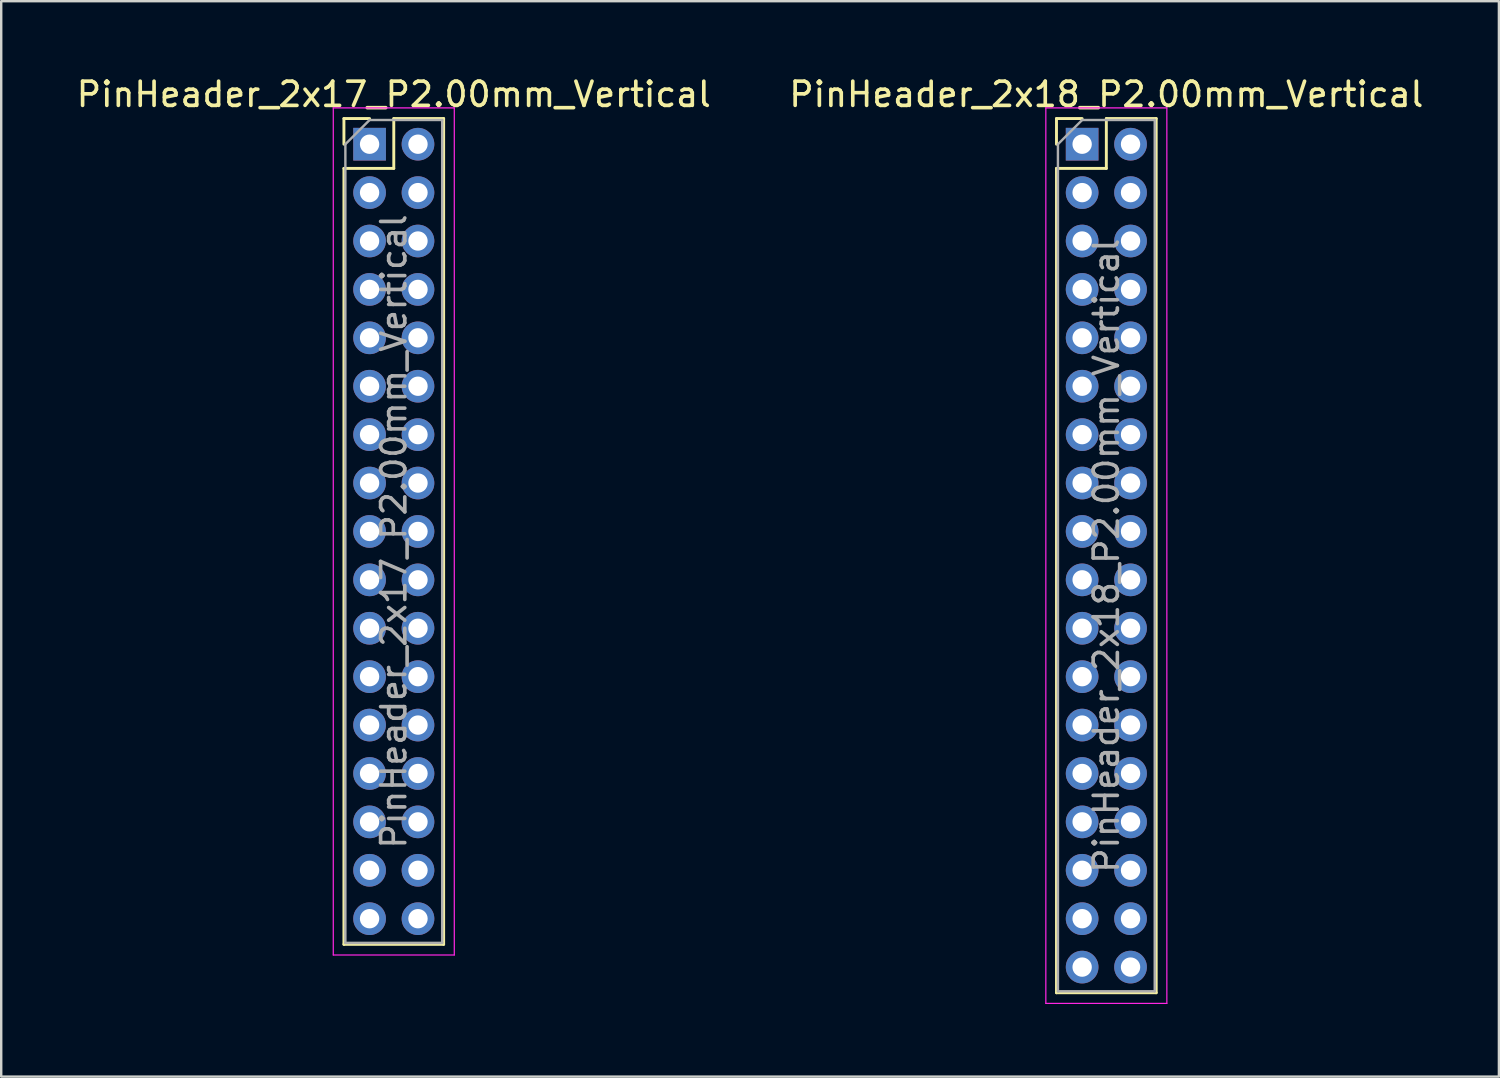
<source format=kicad_pcb>
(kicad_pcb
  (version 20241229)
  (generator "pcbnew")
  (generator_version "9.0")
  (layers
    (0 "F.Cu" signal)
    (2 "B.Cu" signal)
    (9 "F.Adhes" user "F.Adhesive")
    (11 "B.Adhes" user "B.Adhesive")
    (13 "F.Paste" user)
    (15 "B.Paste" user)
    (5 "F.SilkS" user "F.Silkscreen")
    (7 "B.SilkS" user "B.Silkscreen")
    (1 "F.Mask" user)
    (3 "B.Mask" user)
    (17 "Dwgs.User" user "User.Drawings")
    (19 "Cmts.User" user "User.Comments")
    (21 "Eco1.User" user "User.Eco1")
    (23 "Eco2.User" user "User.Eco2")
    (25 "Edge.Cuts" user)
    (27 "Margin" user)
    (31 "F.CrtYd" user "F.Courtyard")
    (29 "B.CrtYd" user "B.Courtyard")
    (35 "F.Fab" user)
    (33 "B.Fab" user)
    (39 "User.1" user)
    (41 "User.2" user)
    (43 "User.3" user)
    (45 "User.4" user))
  (footprint "PinHeader_2x17_P2.00mm_Vertical"
    (layer "F.Cu")
    (at 12.22 2.908)
    (property "Reference" "PinHeader_2x17_P2.00mm_Vertical" (at 1 -2.06 0) (layer "F.SilkS") (effects (font (size 1 1) (thickness 0.15))))
    (attr through_hole)
    (fp_line (start -1.06 -1.06) (end 0 -1.06) (stroke (width 0.12) (type solid)) (layer "F.SilkS"))
    (fp_line (start -1.06 0) (end -1.06 -1.06) (stroke (width 0.12) (type solid)) (layer "F.SilkS"))
    (fp_line (start -1.06 1) (end -1.06 33.06) (stroke (width 0.12) (type solid)) (layer "F.SilkS"))
    (fp_line (start -1.06 1) (end 1 1) (stroke (width 0.12) (type solid)) (layer "F.SilkS"))
    (fp_line (start -1.06 33.06) (end 3.06 33.06) (stroke (width 0.12) (type solid)) (layer "F.SilkS"))
    (fp_line (start 1 -1.06) (end 3.06 -1.06) (stroke (width 0.12) (type solid)) (layer "F.SilkS"))
    (fp_line (start 1 1) (end 1 -1.06) (stroke (width 0.12) (type solid)) (layer "F.SilkS"))
    (fp_line (start 3.06 -1.06) (end 3.06 33.06) (stroke (width 0.12) (type solid)) (layer "F.SilkS"))
    (fp_line (start -1.5 -1.5) (end -1.5 33.5) (stroke (width 0.05) (type solid)) (layer "F.CrtYd"))
    (fp_line (start -1.5 33.5) (end 3.5 33.5) (stroke (width 0.05) (type solid)) (layer "F.CrtYd"))
    (fp_line (start 3.5 -1.5) (end -1.5 -1.5) (stroke (width 0.05) (type solid)) (layer "F.CrtYd"))
    (fp_line (start 3.5 33.5) (end 3.5 -1.5) (stroke (width 0.05) (type solid)) (layer "F.CrtYd"))
    (fp_line (start -1 0) (end 0 -1) (stroke (width 0.1) (type solid)) (layer "F.Fab"))
    (fp_line (start -1 33) (end -1 0) (stroke (width 0.1) (type solid)) (layer "F.Fab"))
    (fp_line (start 0 -1) (end 3 -1) (stroke (width 0.1) (type solid)) (layer "F.Fab"))
    (fp_line (start 3 -1) (end 3 33) (stroke (width 0.1) (type solid)) (layer "F.Fab"))
    (fp_line (start 3 33) (end -1 33) (stroke (width 0.1) (type solid)) (layer "F.Fab"))
    (fp_text user "${REFERENCE}" (at 1 16 90) (layer "F.Fab") (effects (font (size 1 1) (thickness 0.15))))
    (pad "1" thru_hole rect (at 0 0) (size 1.35 1.35) (drill 0.8) (layers "*.Cu" "*.Mask"))
    (pad "2" thru_hole oval (at 2 0) (size 1.35 1.35) (drill 0.8) (layers "*.Cu" "*.Mask"))
    (pad "3" thru_hole oval (at 0 2) (size 1.35 1.35) (drill 0.8) (layers "*.Cu" "*.Mask"))
    (pad "4" thru_hole oval (at 2 2) (size 1.35 1.35) (drill 0.8) (layers "*.Cu" "*.Mask"))
    (pad "5" thru_hole oval (at 0 4) (size 1.35 1.35) (drill 0.8) (layers "*.Cu" "*.Mask"))
    (pad "6" thru_hole oval (at 2 4) (size 1.35 1.35) (drill 0.8) (layers "*.Cu" "*.Mask"))
    (pad "7" thru_hole oval (at 0 6) (size 1.35 1.35) (drill 0.8) (layers "*.Cu" "*.Mask"))
    (pad "8" thru_hole oval (at 2 6) (size 1.35 1.35) (drill 0.8) (layers "*.Cu" "*.Mask"))
    (pad "9" thru_hole oval (at 0 8) (size 1.35 1.35) (drill 0.8) (layers "*.Cu" "*.Mask"))
    (pad "10" thru_hole oval (at 2 8) (size 1.35 1.35) (drill 0.8) (layers "*.Cu" "*.Mask"))
    (pad "11" thru_hole oval (at 0 10) (size 1.35 1.35) (drill 0.8) (layers "*.Cu" "*.Mask"))
    (pad "12" thru_hole oval (at 2 10) (size 1.35 1.35) (drill 0.8) (layers "*.Cu" "*.Mask"))
    (pad "13" thru_hole oval (at 0 12) (size 1.35 1.35) (drill 0.8) (layers "*.Cu" "*.Mask"))
    (pad "14" thru_hole oval (at 2 12) (size 1.35 1.35) (drill 0.8) (layers "*.Cu" "*.Mask"))
    (pad "15" thru_hole oval (at 0 14) (size 1.35 1.35) (drill 0.8) (layers "*.Cu" "*.Mask"))
    (pad "16" thru_hole oval (at 2 14) (size 1.35 1.35) (drill 0.8) (layers "*.Cu" "*.Mask"))
    (pad "17" thru_hole oval (at 0 16) (size 1.35 1.35) (drill 0.8) (layers "*.Cu" "*.Mask"))
    (pad "18" thru_hole oval (at 2 16) (size 1.35 1.35) (drill 0.8) (layers "*.Cu" "*.Mask"))
    (pad "19" thru_hole oval (at 0 18) (size 1.35 1.35) (drill 0.8) (layers "*.Cu" "*.Mask"))
    (pad "20" thru_hole oval (at 2 18) (size 1.35 1.35) (drill 0.8) (layers "*.Cu" "*.Mask"))
    (pad "21" thru_hole oval (at 0 20) (size 1.35 1.35) (drill 0.8) (layers "*.Cu" "*.Mask"))
    (pad "22" thru_hole oval (at 2 20) (size 1.35 1.35) (drill 0.8) (layers "*.Cu" "*.Mask"))
    (pad "23" thru_hole oval (at 0 22) (size 1.35 1.35) (drill 0.8) (layers "*.Cu" "*.Mask"))
    (pad "24" thru_hole oval (at 2 22) (size 1.35 1.35) (drill 0.8) (layers "*.Cu" "*.Mask"))
    (pad "25" thru_hole oval (at 0 24) (size 1.35 1.35) (drill 0.8) (layers "*.Cu" "*.Mask"))
    (pad "26" thru_hole oval (at 2 24) (size 1.35 1.35) (drill 0.8) (layers "*.Cu" "*.Mask"))
    (pad "27" thru_hole oval (at 0 26) (size 1.35 1.35) (drill 0.8) (layers "*.Cu" "*.Mask"))
    (pad "28" thru_hole oval (at 2 26) (size 1.35 1.35) (drill 0.8) (layers "*.Cu" "*.Mask"))
    (pad "29" thru_hole oval (at 0 28) (size 1.35 1.35) (drill 0.8) (layers "*.Cu" "*.Mask"))
    (pad "30" thru_hole oval (at 2 28) (size 1.35 1.35) (drill 0.8) (layers "*.Cu" "*.Mask"))
    (pad "31" thru_hole oval (at 0 30) (size 1.35 1.35) (drill 0.8) (layers "*.Cu" "*.Mask"))
    (pad "32" thru_hole oval (at 2 30) (size 1.35 1.35) (drill 0.8) (layers "*.Cu" "*.Mask"))
    (pad "33" thru_hole oval (at 0 32) (size 1.35 1.35) (drill 0.8) (layers "*.Cu" "*.Mask"))
    (pad "34" thru_hole oval (at 2 32) (size 1.35 1.35) (drill 0.8) (layers "*.Cu" "*.Mask")))
  (footprint "PinHeader_2x18_P2.00mm_Vertical"
    (layer "F.Cu")
    (at 41.661 2.908)
    (property "Reference" "PinHeader_2x18_P2.00mm_Vertical" (at 1 -2.06 0) (layer "F.SilkS") (effects (font (size 1 1) (thickness 0.15))))
    (attr through_hole)
    (fp_line (start -1.06 -1.06) (end 0 -1.06) (stroke (width 0.12) (type solid)) (layer "F.SilkS"))
    (fp_line (start -1.06 0) (end -1.06 -1.06) (stroke (width 0.12) (type solid)) (layer "F.SilkS"))
    (fp_line (start -1.06 1) (end -1.06 35.06) (stroke (width 0.12) (type solid)) (layer "F.SilkS"))
    (fp_line (start -1.06 1) (end 1 1) (stroke (width 0.12) (type solid)) (layer "F.SilkS"))
    (fp_line (start -1.06 35.06) (end 3.06 35.06) (stroke (width 0.12) (type solid)) (layer "F.SilkS"))
    (fp_line (start 1 -1.06) (end 3.06 -1.06) (stroke (width 0.12) (type solid)) (layer "F.SilkS"))
    (fp_line (start 1 1) (end 1 -1.06) (stroke (width 0.12) (type solid)) (layer "F.SilkS"))
    (fp_line (start 3.06 -1.06) (end 3.06 35.06) (stroke (width 0.12) (type solid)) (layer "F.SilkS"))
    (fp_line (start -1.5 -1.5) (end -1.5 35.5) (stroke (width 0.05) (type solid)) (layer "F.CrtYd"))
    (fp_line (start -1.5 35.5) (end 3.5 35.5) (stroke (width 0.05) (type solid)) (layer "F.CrtYd"))
    (fp_line (start 3.5 -1.5) (end -1.5 -1.5) (stroke (width 0.05) (type solid)) (layer "F.CrtYd"))
    (fp_line (start 3.5 35.5) (end 3.5 -1.5) (stroke (width 0.05) (type solid)) (layer "F.CrtYd"))
    (fp_line (start -1 0) (end 0 -1) (stroke (width 0.1) (type solid)) (layer "F.Fab"))
    (fp_line (start -1 35) (end -1 0) (stroke (width 0.1) (type solid)) (layer "F.Fab"))
    (fp_line (start 0 -1) (end 3 -1) (stroke (width 0.1) (type solid)) (layer "F.Fab"))
    (fp_line (start 3 -1) (end 3 35) (stroke (width 0.1) (type solid)) (layer "F.Fab"))
    (fp_line (start 3 35) (end -1 35) (stroke (width 0.1) (type solid)) (layer "F.Fab"))
    (fp_text user "${REFERENCE}" (at 1 17 90) (layer "F.Fab") (effects (font (size 1 1) (thickness 0.15))))
    (pad "1" thru_hole rect (at 0 0) (size 1.35 1.35) (drill 0.8) (layers "*.Cu" "*.Mask"))
    (pad "2" thru_hole oval (at 2 0) (size 1.35 1.35) (drill 0.8) (layers "*.Cu" "*.Mask"))
    (pad "3" thru_hole oval (at 0 2) (size 1.35 1.35) (drill 0.8) (layers "*.Cu" "*.Mask"))
    (pad "4" thru_hole oval (at 2 2) (size 1.35 1.35) (drill 0.8) (layers "*.Cu" "*.Mask"))
    (pad "5" thru_hole oval (at 0 4) (size 1.35 1.35) (drill 0.8) (layers "*.Cu" "*.Mask"))
    (pad "6" thru_hole oval (at 2 4) (size 1.35 1.35) (drill 0.8) (layers "*.Cu" "*.Mask"))
    (pad "7" thru_hole oval (at 0 6) (size 1.35 1.35) (drill 0.8) (layers "*.Cu" "*.Mask"))
    (pad "8" thru_hole oval (at 2 6) (size 1.35 1.35) (drill 0.8) (layers "*.Cu" "*.Mask"))
    (pad "9" thru_hole oval (at 0 8) (size 1.35 1.35) (drill 0.8) (layers "*.Cu" "*.Mask"))
    (pad "10" thru_hole oval (at 2 8) (size 1.35 1.35) (drill 0.8) (layers "*.Cu" "*.Mask"))
    (pad "11" thru_hole oval (at 0 10) (size 1.35 1.35) (drill 0.8) (layers "*.Cu" "*.Mask"))
    (pad "12" thru_hole oval (at 2 10) (size 1.35 1.35) (drill 0.8) (layers "*.Cu" "*.Mask"))
    (pad "13" thru_hole oval (at 0 12) (size 1.35 1.35) (drill 0.8) (layers "*.Cu" "*.Mask"))
    (pad "14" thru_hole oval (at 2 12) (size 1.35 1.35) (drill 0.8) (layers "*.Cu" "*.Mask"))
    (pad "15" thru_hole oval (at 0 14) (size 1.35 1.35) (drill 0.8) (layers "*.Cu" "*.Mask"))
    (pad "16" thru_hole oval (at 2 14) (size 1.35 1.35) (drill 0.8) (layers "*.Cu" "*.Mask"))
    (pad "17" thru_hole oval (at 0 16) (size 1.35 1.35) (drill 0.8) (layers "*.Cu" "*.Mask"))
    (pad "18" thru_hole oval (at 2 16) (size 1.35 1.35) (drill 0.8) (layers "*.Cu" "*.Mask"))
    (pad "19" thru_hole oval (at 0 18) (size 1.35 1.35) (drill 0.8) (layers "*.Cu" "*.Mask"))
    (pad "20" thru_hole oval (at 2 18) (size 1.35 1.35) (drill 0.8) (layers "*.Cu" "*.Mask"))
    (pad "21" thru_hole oval (at 0 20) (size 1.35 1.35) (drill 0.8) (layers "*.Cu" "*.Mask"))
    (pad "22" thru_hole oval (at 2 20) (size 1.35 1.35) (drill 0.8) (layers "*.Cu" "*.Mask"))
    (pad "23" thru_hole oval (at 0 22) (size 1.35 1.35) (drill 0.8) (layers "*.Cu" "*.Mask"))
    (pad "24" thru_hole oval (at 2 22) (size 1.35 1.35) (drill 0.8) (layers "*.Cu" "*.Mask"))
    (pad "25" thru_hole oval (at 0 24) (size 1.35 1.35) (drill 0.8) (layers "*.Cu" "*.Mask"))
    (pad "26" thru_hole oval (at 2 24) (size 1.35 1.35) (drill 0.8) (layers "*.Cu" "*.Mask"))
    (pad "27" thru_hole oval (at 0 26) (size 1.35 1.35) (drill 0.8) (layers "*.Cu" "*.Mask"))
    (pad "28" thru_hole oval (at 2 26) (size 1.35 1.35) (drill 0.8) (layers "*.Cu" "*.Mask"))
    (pad "29" thru_hole oval (at 0 28) (size 1.35 1.35) (drill 0.8) (layers "*.Cu" "*.Mask"))
    (pad "30" thru_hole oval (at 2 28) (size 1.35 1.35) (drill 0.8) (layers "*.Cu" "*.Mask"))
    (pad "31" thru_hole oval (at 0 30) (size 1.35 1.35) (drill 0.8) (layers "*.Cu" "*.Mask"))
    (pad "32" thru_hole oval (at 2 30) (size 1.35 1.35) (drill 0.8) (layers "*.Cu" "*.Mask"))
    (pad "33" thru_hole oval (at 0 32) (size 1.35 1.35) (drill 0.8) (layers "*.Cu" "*.Mask"))
    (pad "34" thru_hole oval (at 2 32) (size 1.35 1.35) (drill 0.8) (layers "*.Cu" "*.Mask"))
    (pad "35" thru_hole oval (at 0 34) (size 1.35 1.35) (drill 0.8) (layers "*.Cu" "*.Mask"))
    (pad "36" thru_hole oval (at 2 34) (size 1.35 1.35) (drill 0.8) (layers "*.Cu" "*.Mask")))
  (gr_rect
    (start -3 -3)
    (end 58.881 41.433)
    (stroke (width 0.1) (type default))
    (fill no)
    (layer "Edge.Cuts")))
</source>
